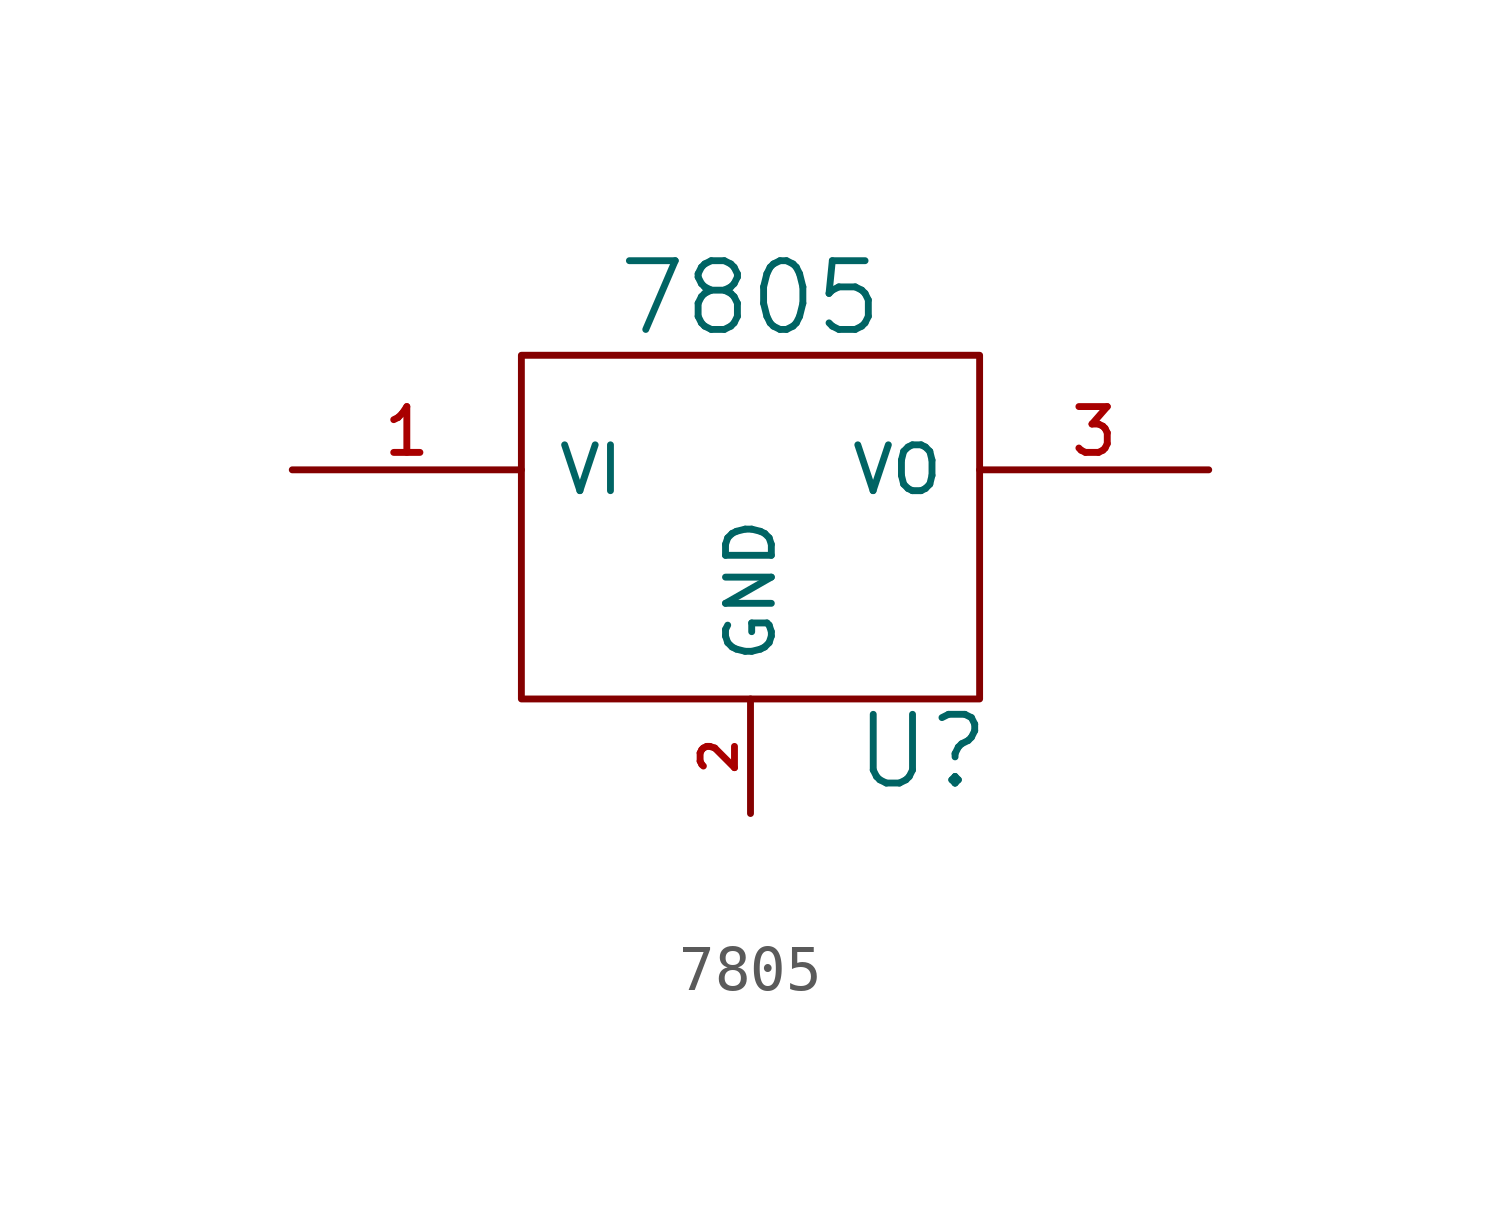
<source format=kicad_sym>
(kicad_symbol_lib
  (version 20201005)
  (generator kicad_symbol_editor)
  (symbol "pic_programmer_schlib:7805"
    (pin_names
      (offset 0.762))
    (property "Reference" "U"
      (at 3.81 -4.978 0)
      (effects (font (size 1.524 1.524))))
    (property "Value" "7805"
      (at 0 5.08 0)
      (effects (font (size 1.524 1.524))))
    (property "Footprint" ""
      (at 1.27 -7.518 0)
      (effects (font (size 0.381 0.381))))
    (property "Datasheet" ""
      (at 0 0 0)
      (effects (font (size 1.524 1.524))))
    (symbol "7805_0_1"
      (rectangle (start -5.08 -3.81) (end 5.08 3.81) (stroke (width 0)) (fill (type none))))
    (symbol "7805_1_1"
      (pin input line (at -10.16 1.27 0) (length 5.08) (name "VI" (effects (font (size 1.016 1.016)))) (number "1" (effects (font (size 1.016 1.016)))))
      (pin input line (at 0 -6.35 90) (length 2.54) (name "GND" (effects (font (size 1.016 1.016)))) (number "2" (effects (font (size 0.762 0.762)))))
      (pin power_out line (at 10.16 1.27 180) (length 5.08) (name "VO" (effects (font (size 1.016 1.016)))) (number "3" (effects (font (size 1.016 1.016))))))))
</source>
